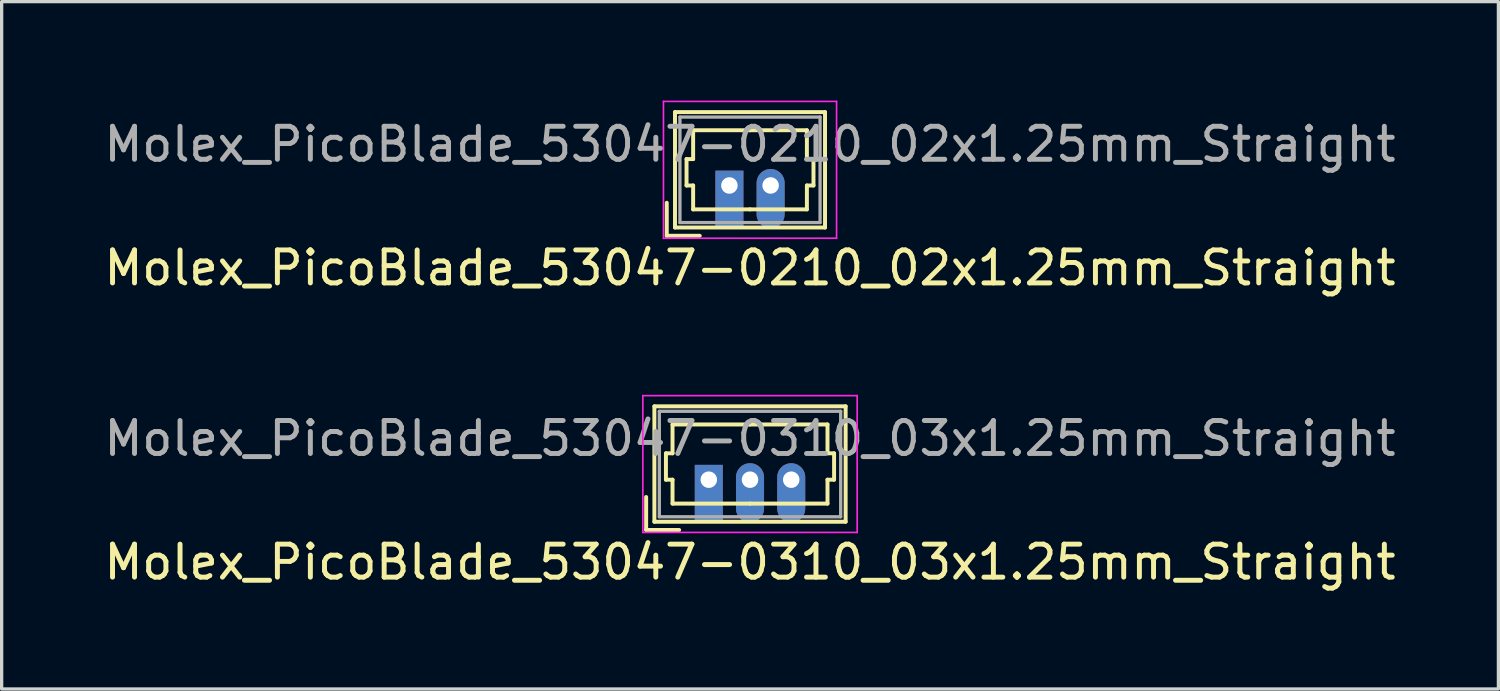
<source format=kicad_pcb>
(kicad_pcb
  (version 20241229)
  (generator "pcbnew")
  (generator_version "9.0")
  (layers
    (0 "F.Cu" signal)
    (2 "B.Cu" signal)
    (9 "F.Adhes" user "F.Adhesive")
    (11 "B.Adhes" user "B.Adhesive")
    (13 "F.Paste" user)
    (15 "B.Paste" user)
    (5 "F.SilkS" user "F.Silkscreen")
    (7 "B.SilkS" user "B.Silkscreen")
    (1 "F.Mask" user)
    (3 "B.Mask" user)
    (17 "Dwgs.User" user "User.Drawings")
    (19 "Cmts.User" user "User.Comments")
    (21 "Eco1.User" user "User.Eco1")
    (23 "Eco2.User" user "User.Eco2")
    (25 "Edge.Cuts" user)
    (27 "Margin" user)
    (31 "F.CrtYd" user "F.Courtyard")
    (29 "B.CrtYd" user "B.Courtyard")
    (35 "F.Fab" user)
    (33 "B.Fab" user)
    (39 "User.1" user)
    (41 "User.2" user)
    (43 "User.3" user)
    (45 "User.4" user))
  (footprint "Molex_PicoBlade_53047-0310_03x1.25mm_Straight"
    (layer "F.Cu")
    (at 18.446 11.498)
    (property "Reference" "Molex_PicoBlade_53047-0310_03x1.25mm_Straight" (at 1.25 2.5 0) (layer "F.SilkS") (effects (font (size 1 1) (thickness 0.15))))
    (attr through_hole)
    (fp_line (start -1.9 1.525) (end -1.9 0.525) (stroke (width 0.12) (type solid)) (layer "F.SilkS"))
    (fp_line (start -1.9 1.525) (end -0.9 1.525) (stroke (width 0.12) (type solid)) (layer "F.SilkS"))
    (fp_line (start -1.65 -2.225) (end -1.65 1.275) (stroke (width 0.12) (type solid)) (layer "F.SilkS"))
    (fp_line (start -1.65 1.275) (end 4.15 1.275) (stroke (width 0.12) (type solid)) (layer "F.SilkS"))
    (fp_line (start -1.3 -0.8) (end -1.1 -0.8) (stroke (width 0.12) (type solid)) (layer "F.SilkS"))
    (fp_line (start -1.3 0) (end -1.3 -0.8) (stroke (width 0.12) (type solid)) (layer "F.SilkS"))
    (fp_line (start -1.1 -1.675) (end 1.25 -1.675) (stroke (width 0.12) (type solid)) (layer "F.SilkS"))
    (fp_line (start -1.1 -0.8) (end -1.1 -1.675) (stroke (width 0.12) (type solid)) (layer "F.SilkS"))
    (fp_line (start -1.1 0) (end -1.3 0) (stroke (width 0.12) (type solid)) (layer "F.SilkS"))
    (fp_line (start -1.1 0.725) (end -1.1 0) (stroke (width 0.12) (type solid)) (layer "F.SilkS"))
    (fp_line (start 1.25 0.725) (end -1.1 0.725) (stroke (width 0.12) (type solid)) (layer "F.SilkS"))
    (fp_line (start 1.25 0.725) (end 3.6 0.725) (stroke (width 0.12) (type solid)) (layer "F.SilkS"))
    (fp_line (start 3.6 -1.675) (end 1.25 -1.675) (stroke (width 0.12) (type solid)) (layer "F.SilkS"))
    (fp_line (start 3.6 -0.8) (end 3.6 -1.675) (stroke (width 0.12) (type solid)) (layer "F.SilkS"))
    (fp_line (start 3.6 0) (end 3.8 0) (stroke (width 0.12) (type solid)) (layer "F.SilkS"))
    (fp_line (start 3.6 0.725) (end 3.6 0) (stroke (width 0.12) (type solid)) (layer "F.SilkS"))
    (fp_line (start 3.8 -0.8) (end 3.6 -0.8) (stroke (width 0.12) (type solid)) (layer "F.SilkS"))
    (fp_line (start 3.8 0) (end 3.8 -0.8) (stroke (width 0.12) (type solid)) (layer "F.SilkS"))
    (fp_line (start 4.15 -2.225) (end -1.65 -2.225) (stroke (width 0.12) (type solid)) (layer "F.SilkS"))
    (fp_line (start 4.15 1.275) (end 4.15 -2.225) (stroke (width 0.12) (type solid)) (layer "F.SilkS"))
    (fp_line (start -2 -2.55) (end -2 1.6) (stroke (width 0.05) (type solid)) (layer "F.CrtYd"))
    (fp_line (start -2 1.6) (end 4.5 1.6) (stroke (width 0.05) (type solid)) (layer "F.CrtYd"))
    (fp_line (start 4.5 -2.55) (end -2 -2.55) (stroke (width 0.05) (type solid)) (layer "F.CrtYd"))
    (fp_line (start 4.5 1.6) (end 4.5 -2.55) (stroke (width 0.05) (type solid)) (layer "F.CrtYd"))
    (fp_line (start -1.5 -2.075) (end -1.5 1.125) (stroke (width 0.1) (type solid)) (layer "F.Fab"))
    (fp_line (start -1.5 1.125) (end 4 1.125) (stroke (width 0.1) (type solid)) (layer "F.Fab"))
    (fp_line (start 4 -2.075) (end -1.5 -2.075) (stroke (width 0.1) (type solid)) (layer "F.Fab"))
    (fp_line (start 4 1.125) (end 4 -2.075) (stroke (width 0.1) (type solid)) (layer "F.Fab"))
    (fp_text user "${REFERENCE}" (at 1.25 -1.25 0) (layer "F.Fab") (effects (font (size 1 1) (thickness 0.15))))
    (pad "1" thru_hole rect (at 0 0) (size 0.85 1.7) (drill 0.5 (offset 0 0.4)) (layers "*.Cu" "*.Mask"))
    (pad "2" thru_hole oval (at 1.25 0) (size 0.85 1.8) (drill 0.5 (offset 0 0.4)) (layers "*.Cu" "*.Mask"))
    (pad "3" thru_hole oval (at 2.5 0) (size 0.85 1.8) (drill 0.5 (offset 0 0.4)) (layers "*.Cu" "*.Mask")))
  (footprint "Molex_PicoBlade_53047-0210_02x1.25mm_Straight"
    (layer "F.Cu")
    (at 19.071 2.575)
    (property "Reference" "Molex_PicoBlade_53047-0210_02x1.25mm_Straight" (at 0.625 2.5 0) (layer "F.SilkS") (effects (font (size 1 1) (thickness 0.15))))
    (attr through_hole)
    (fp_line (start -1.9 1.525) (end -1.9 0.525) (stroke (width 0.12) (type solid)) (layer "F.SilkS"))
    (fp_line (start -1.9 1.525) (end -0.9 1.525) (stroke (width 0.12) (type solid)) (layer "F.SilkS"))
    (fp_line (start -1.65 -2.225) (end -1.65 1.275) (stroke (width 0.12) (type solid)) (layer "F.SilkS"))
    (fp_line (start -1.65 1.275) (end 2.9 1.275) (stroke (width 0.12) (type solid)) (layer "F.SilkS"))
    (fp_line (start -1.3 -0.8) (end -1.1 -0.8) (stroke (width 0.12) (type solid)) (layer "F.SilkS"))
    (fp_line (start -1.3 0) (end -1.3 -0.8) (stroke (width 0.12) (type solid)) (layer "F.SilkS"))
    (fp_line (start -1.1 -1.675) (end 0.625 -1.675) (stroke (width 0.12) (type solid)) (layer "F.SilkS"))
    (fp_line (start -1.1 -0.8) (end -1.1 -1.675) (stroke (width 0.12) (type solid)) (layer "F.SilkS"))
    (fp_line (start -1.1 0) (end -1.3 0) (stroke (width 0.12) (type solid)) (layer "F.SilkS"))
    (fp_line (start -1.1 0.725) (end -1.1 0) (stroke (width 0.12) (type solid)) (layer "F.SilkS"))
    (fp_line (start 0.625 0.725) (end -1.1 0.725) (stroke (width 0.12) (type solid)) (layer "F.SilkS"))
    (fp_line (start 0.625 0.725) (end 2.35 0.725) (stroke (width 0.12) (type solid)) (layer "F.SilkS"))
    (fp_line (start 2.35 -1.675) (end 0.625 -1.675) (stroke (width 0.12) (type solid)) (layer "F.SilkS"))
    (fp_line (start 2.35 -0.8) (end 2.35 -1.675) (stroke (width 0.12) (type solid)) (layer "F.SilkS"))
    (fp_line (start 2.35 0) (end 2.55 0) (stroke (width 0.12) (type solid)) (layer "F.SilkS"))
    (fp_line (start 2.35 0.725) (end 2.35 0) (stroke (width 0.12) (type solid)) (layer "F.SilkS"))
    (fp_line (start 2.55 -0.8) (end 2.35 -0.8) (stroke (width 0.12) (type solid)) (layer "F.SilkS"))
    (fp_line (start 2.55 0) (end 2.55 -0.8) (stroke (width 0.12) (type solid)) (layer "F.SilkS"))
    (fp_line (start 2.9 -2.225) (end -1.65 -2.225) (stroke (width 0.12) (type solid)) (layer "F.SilkS"))
    (fp_line (start 2.9 1.275) (end 2.9 -2.225) (stroke (width 0.12) (type solid)) (layer "F.SilkS"))
    (fp_line (start -2 -2.55) (end -2 1.6) (stroke (width 0.05) (type solid)) (layer "F.CrtYd"))
    (fp_line (start -2 1.6) (end 3.25 1.6) (stroke (width 0.05) (type solid)) (layer "F.CrtYd"))
    (fp_line (start 3.25 -2.55) (end -2 -2.55) (stroke (width 0.05) (type solid)) (layer "F.CrtYd"))
    (fp_line (start 3.25 1.6) (end 3.25 -2.55) (stroke (width 0.05) (type solid)) (layer "F.CrtYd"))
    (fp_line (start -1.5 -2.075) (end -1.5 1.125) (stroke (width 0.1) (type solid)) (layer "F.Fab"))
    (fp_line (start -1.5 1.125) (end 2.75 1.125) (stroke (width 0.1) (type solid)) (layer "F.Fab"))
    (fp_line (start 2.75 -2.075) (end -1.5 -2.075) (stroke (width 0.1) (type solid)) (layer "F.Fab"))
    (fp_line (start 2.75 1.125) (end 2.75 -2.075) (stroke (width 0.1) (type solid)) (layer "F.Fab"))
    (fp_text user "${REFERENCE}" (at 0.625 -1.25 0) (layer "F.Fab") (effects (font (size 1 1) (thickness 0.15))))
    (pad "1" thru_hole rect (at 0 0) (size 0.85 1.7) (drill 0.5 (offset 0 0.4)) (layers "*.Cu" "*.Mask"))
    (pad "2" thru_hole oval (at 1.25 0) (size 0.85 1.8) (drill 0.5 (offset 0 0.4)) (layers "*.Cu" "*.Mask")))
  (gr_rect
    (start -3 -3)
    (end 42.393 17.846)
    (stroke (width 0.1) (type default))
    (fill no)
    (layer "Edge.Cuts")))
</source>
